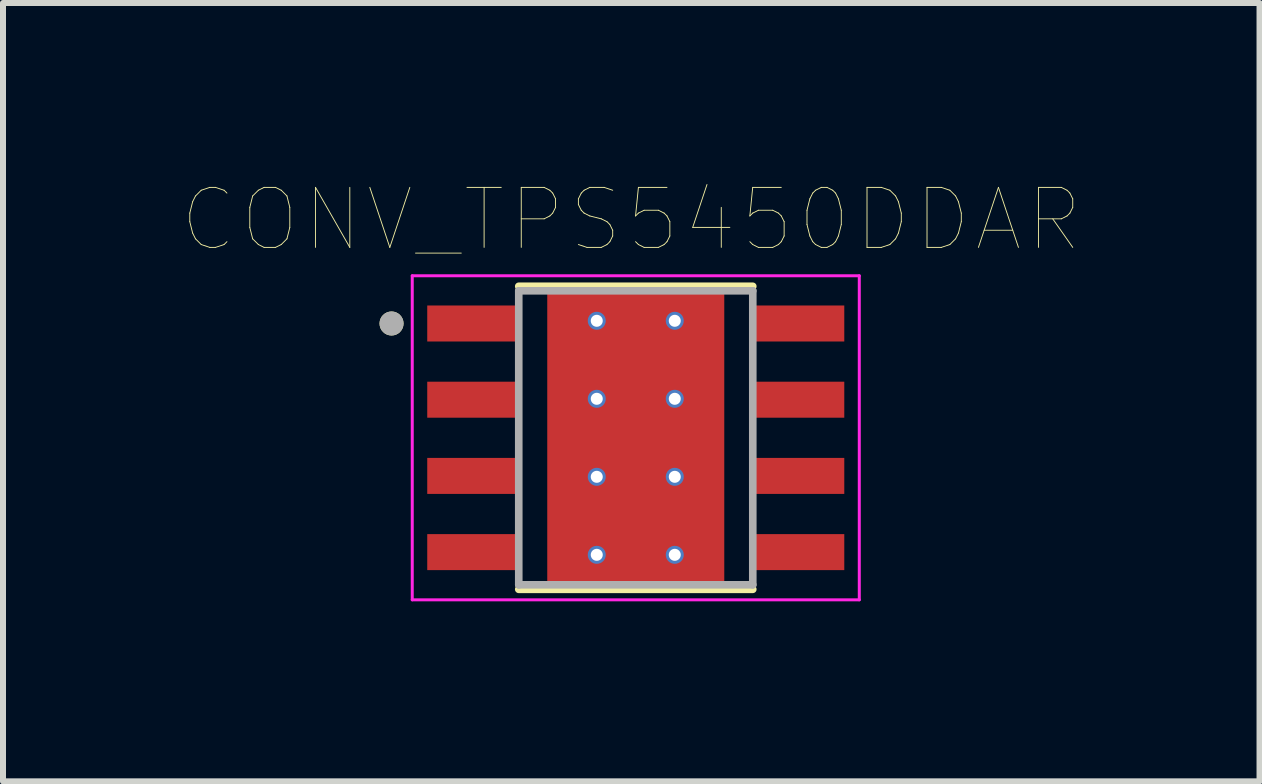
<source format=kicad_pcb>
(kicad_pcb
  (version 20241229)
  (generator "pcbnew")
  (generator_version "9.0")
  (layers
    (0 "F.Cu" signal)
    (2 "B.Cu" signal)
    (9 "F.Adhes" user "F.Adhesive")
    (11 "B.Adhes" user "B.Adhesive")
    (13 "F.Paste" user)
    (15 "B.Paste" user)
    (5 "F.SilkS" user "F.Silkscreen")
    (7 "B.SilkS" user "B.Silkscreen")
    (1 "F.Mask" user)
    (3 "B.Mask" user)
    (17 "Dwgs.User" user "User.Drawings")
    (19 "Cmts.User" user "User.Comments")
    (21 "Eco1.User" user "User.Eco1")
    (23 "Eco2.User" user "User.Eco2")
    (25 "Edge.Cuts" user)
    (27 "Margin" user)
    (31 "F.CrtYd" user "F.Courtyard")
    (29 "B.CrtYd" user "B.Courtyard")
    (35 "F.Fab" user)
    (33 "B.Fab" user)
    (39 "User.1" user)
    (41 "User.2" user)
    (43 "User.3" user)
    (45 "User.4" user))
  (footprint "CONV_TPS5450DDAR"
    (layer "F.Cu")
    (at 7.545 4.246)
    (property "Reference" "CONV_TPS5450DDAR" (at -0.075 -3.635 0) (layer "F.SilkS") (effects (font (size 1 1) (thickness 0.015))))
    (attr through_hole)
    (fp_poly (pts (xy -1.3 -1.55) (xy 1.3 -1.55) (xy 1.3 1.55) (xy -1.3 1.55)) (stroke (width 0.01) (type solid)) (fill yes) (layer "F.Mask"))
    (fp_poly (pts (xy -1.905 -1.535) (xy -3.495 -1.535) (xy -3.498 -1.535) (xy -3.5 -1.535) (xy -3.503 -1.536) (xy -3.505 -1.536) (xy -3.508 -1.537) (xy -3.51 -1.537) (xy -3.513 -1.538) (xy -3.515 -1.539) (xy -3.518 -1.54) (xy -3.52 -1.542) (xy -3.522 -1.543) (xy -3.524 -1.545) (xy -3.526 -1.546) (xy -3.528 -1.548) (xy -3.53 -1.55) (xy -3.532 -1.552) (xy -3.534 -1.554) (xy -3.535 -1.556) (xy -3.537 -1.558) (xy -3.538 -1.56) (xy -3.54 -1.562) (xy -3.541 -1.565) (xy -3.542 -1.567) (xy -3.543 -1.57) (xy -3.543 -1.572) (xy -3.544 -1.575) (xy -3.544 -1.577) (xy -3.545 -1.58) (xy -3.545 -1.582) (xy -3.545 -1.585) (xy -3.545 -2.225) (xy -3.545 -2.228) (xy -3.545 -2.23) (xy -3.544 -2.233) (xy -3.544 -2.235) (xy -3.543 -2.238) (xy -3.543 -2.24) (xy -3.542 -2.243) (xy -3.541 -2.245) (xy -3.54 -2.248) (xy -3.538 -2.25) (xy -3.537 -2.252) (xy -3.535 -2.254) (xy -3.534 -2.256) (xy -3.532 -2.258) (xy -3.53 -2.26) (xy -3.528 -2.262) (xy -3.526 -2.264) (xy -3.524 -2.265) (xy -3.522 -2.267) (xy -3.52 -2.268) (xy -3.518 -2.27) (xy -3.515 -2.271) (xy -3.513 -2.272) (xy -3.51 -2.273) (xy -3.508 -2.273) (xy -3.505 -2.274) (xy -3.503 -2.274) (xy -3.5 -2.275) (xy -3.498 -2.275) (xy -3.495 -2.275) (xy -1.905 -2.275) (xy -1.902 -2.275) (xy -1.9 -2.275) (xy -1.897 -2.274) (xy -1.895 -2.274) (xy -1.892 -2.273) (xy -1.89 -2.273) (xy -1.887 -2.272) (xy -1.885 -2.271) (xy -1.882 -2.27) (xy -1.88 -2.268) (xy -1.878 -2.267) (xy -1.876 -2.265) (xy -1.874 -2.264) (xy -1.872 -2.262) (xy -1.87 -2.26) (xy -1.868 -2.258) (xy -1.866 -2.256) (xy -1.865 -2.254) (xy -1.863 -2.252) (xy -1.862 -2.25) (xy -1.86 -2.248) (xy -1.859 -2.245) (xy -1.858 -2.243) (xy -1.857 -2.24) (xy -1.857 -2.238) (xy -1.856 -2.235) (xy -1.856 -2.233) (xy -1.855 -2.23) (xy -1.855 -2.228) (xy -1.855 -2.225) (xy -1.855 -1.585) (xy -1.855 -1.582) (xy -1.855 -1.58) (xy -1.856 -1.577) (xy -1.856 -1.575) (xy -1.857 -1.572) (xy -1.857 -1.57) (xy -1.858 -1.567) (xy -1.859 -1.565) (xy -1.86 -1.562) (xy -1.862 -1.56) (xy -1.863 -1.558) (xy -1.865 -1.556) (xy -1.866 -1.554) (xy -1.868 -1.552) (xy -1.87 -1.55) (xy -1.872 -1.548) (xy -1.874 -1.546) (xy -1.876 -1.545) (xy -1.878 -1.543) (xy -1.88 -1.542) (xy -1.882 -1.54) (xy -1.885 -1.539) (xy -1.887 -1.538) (xy -1.89 -1.537) (xy -1.892 -1.537) (xy -1.895 -1.536) (xy -1.897 -1.536) (xy -1.9 -1.535) (xy -1.902 -1.535) (xy -1.905 -1.535)) (stroke (width 0.01) (type solid)) (fill yes) (layer "F.Mask"))
    (fp_poly (pts (xy -1.905 -0.265) (xy -3.495 -0.265) (xy -3.498 -0.265) (xy -3.5 -0.265) (xy -3.503 -0.266) (xy -3.505 -0.266) (xy -3.508 -0.267) (xy -3.51 -0.267) (xy -3.513 -0.268) (xy -3.515 -0.269) (xy -3.518 -0.27) (xy -3.52 -0.272) (xy -3.522 -0.273) (xy -3.524 -0.275) (xy -3.526 -0.276) (xy -3.528 -0.278) (xy -3.53 -0.28) (xy -3.532 -0.282) (xy -3.534 -0.284) (xy -3.535 -0.286) (xy -3.537 -0.288) (xy -3.538 -0.29) (xy -3.54 -0.292) (xy -3.541 -0.295) (xy -3.542 -0.297) (xy -3.543 -0.3) (xy -3.543 -0.302) (xy -3.544 -0.305) (xy -3.544 -0.307) (xy -3.545 -0.31) (xy -3.545 -0.312) (xy -3.545 -0.315) (xy -3.545 -0.955) (xy -3.545 -0.958) (xy -3.545 -0.96) (xy -3.544 -0.963) (xy -3.544 -0.965) (xy -3.543 -0.968) (xy -3.543 -0.97) (xy -3.542 -0.973) (xy -3.541 -0.975) (xy -3.54 -0.978) (xy -3.538 -0.98) (xy -3.537 -0.982) (xy -3.535 -0.984) (xy -3.534 -0.986) (xy -3.532 -0.988) (xy -3.53 -0.99) (xy -3.528 -0.992) (xy -3.526 -0.994) (xy -3.524 -0.995) (xy -3.522 -0.997) (xy -3.52 -0.998) (xy -3.518 -1) (xy -3.515 -1.001) (xy -3.513 -1.002) (xy -3.51 -1.003) (xy -3.508 -1.003) (xy -3.505 -1.004) (xy -3.503 -1.004) (xy -3.5 -1.005) (xy -3.498 -1.005) (xy -3.495 -1.005) (xy -1.905 -1.005) (xy -1.902 -1.005) (xy -1.9 -1.005) (xy -1.897 -1.004) (xy -1.895 -1.004) (xy -1.892 -1.003) (xy -1.89 -1.003) (xy -1.887 -1.002) (xy -1.885 -1.001) (xy -1.882 -1) (xy -1.88 -0.998) (xy -1.878 -0.997) (xy -1.876 -0.995) (xy -1.874 -0.994) (xy -1.872 -0.992) (xy -1.87 -0.99) (xy -1.868 -0.988) (xy -1.866 -0.986) (xy -1.865 -0.984) (xy -1.863 -0.982) (xy -1.862 -0.98) (xy -1.86 -0.978) (xy -1.859 -0.975) (xy -1.858 -0.973) (xy -1.857 -0.97) (xy -1.857 -0.968) (xy -1.856 -0.965) (xy -1.856 -0.963) (xy -1.855 -0.96) (xy -1.855 -0.958) (xy -1.855 -0.955) (xy -1.855 -0.315) (xy -1.855 -0.312) (xy -1.855 -0.31) (xy -1.856 -0.307) (xy -1.856 -0.305) (xy -1.857 -0.302) (xy -1.857 -0.3) (xy -1.858 -0.297) (xy -1.859 -0.295) (xy -1.86 -0.292) (xy -1.862 -0.29) (xy -1.863 -0.288) (xy -1.865 -0.286) (xy -1.866 -0.284) (xy -1.868 -0.282) (xy -1.87 -0.28) (xy -1.872 -0.278) (xy -1.874 -0.276) (xy -1.876 -0.275) (xy -1.878 -0.273) (xy -1.88 -0.272) (xy -1.882 -0.27) (xy -1.885 -0.269) (xy -1.887 -0.268) (xy -1.89 -0.267) (xy -1.892 -0.267) (xy -1.895 -0.266) (xy -1.897 -0.266) (xy -1.9 -0.265) (xy -1.902 -0.265) (xy -1.905 -0.265)) (stroke (width 0.01) (type solid)) (fill yes) (layer "F.Mask"))
    (fp_poly (pts (xy -1.905 1.005) (xy -3.495 1.005) (xy -3.498 1.005) (xy -3.5 1.005) (xy -3.503 1.004) (xy -3.505 1.004) (xy -3.508 1.003) (xy -3.51 1.003) (xy -3.513 1.002) (xy -3.515 1.001) (xy -3.518 1) (xy -3.52 0.998) (xy -3.522 0.997) (xy -3.524 0.995) (xy -3.526 0.994) (xy -3.528 0.992) (xy -3.53 0.99) (xy -3.532 0.988) (xy -3.534 0.986) (xy -3.535 0.984) (xy -3.537 0.982) (xy -3.538 0.98) (xy -3.54 0.978) (xy -3.541 0.975) (xy -3.542 0.973) (xy -3.543 0.97) (xy -3.543 0.968) (xy -3.544 0.965) (xy -3.544 0.963) (xy -3.545 0.96) (xy -3.545 0.958) (xy -3.545 0.955) (xy -3.545 0.315) (xy -3.545 0.312) (xy -3.545 0.31) (xy -3.544 0.307) (xy -3.544 0.305) (xy -3.543 0.302) (xy -3.543 0.3) (xy -3.542 0.297) (xy -3.541 0.295) (xy -3.54 0.292) (xy -3.538 0.29) (xy -3.537 0.288) (xy -3.535 0.286) (xy -3.534 0.284) (xy -3.532 0.282) (xy -3.53 0.28) (xy -3.528 0.278) (xy -3.526 0.276) (xy -3.524 0.275) (xy -3.522 0.273) (xy -3.52 0.272) (xy -3.518 0.27) (xy -3.515 0.269) (xy -3.513 0.268) (xy -3.51 0.267) (xy -3.508 0.267) (xy -3.505 0.266) (xy -3.503 0.266) (xy -3.5 0.265) (xy -3.498 0.265) (xy -3.495 0.265) (xy -1.905 0.265) (xy -1.902 0.265) (xy -1.9 0.265) (xy -1.897 0.266) (xy -1.895 0.266) (xy -1.892 0.267) (xy -1.89 0.267) (xy -1.887 0.268) (xy -1.885 0.269) (xy -1.882 0.27) (xy -1.88 0.272) (xy -1.878 0.273) (xy -1.876 0.275) (xy -1.874 0.276) (xy -1.872 0.278) (xy -1.87 0.28) (xy -1.868 0.282) (xy -1.866 0.284) (xy -1.865 0.286) (xy -1.863 0.288) (xy -1.862 0.29) (xy -1.86 0.292) (xy -1.859 0.295) (xy -1.858 0.297) (xy -1.857 0.3) (xy -1.857 0.302) (xy -1.856 0.305) (xy -1.856 0.307) (xy -1.855 0.31) (xy -1.855 0.312) (xy -1.855 0.315) (xy -1.855 0.955) (xy -1.855 0.958) (xy -1.855 0.96) (xy -1.856 0.963) (xy -1.856 0.965) (xy -1.857 0.968) (xy -1.857 0.97) (xy -1.858 0.973) (xy -1.859 0.975) (xy -1.86 0.978) (xy -1.862 0.98) (xy -1.863 0.982) (xy -1.865 0.984) (xy -1.866 0.986) (xy -1.868 0.988) (xy -1.87 0.99) (xy -1.872 0.992) (xy -1.874 0.994) (xy -1.876 0.995) (xy -1.878 0.997) (xy -1.88 0.998) (xy -1.882 1) (xy -1.885 1.001) (xy -1.887 1.002) (xy -1.89 1.003) (xy -1.892 1.003) (xy -1.895 1.004) (xy -1.897 1.004) (xy -1.9 1.005) (xy -1.902 1.005) (xy -1.905 1.005)) (stroke (width 0.01) (type solid)) (fill yes) (layer "F.Mask"))
    (fp_poly (pts (xy -1.905 2.275) (xy -3.495 2.275) (xy -3.498 2.275) (xy -3.5 2.275) (xy -3.503 2.274) (xy -3.505 2.274) (xy -3.508 2.273) (xy -3.51 2.273) (xy -3.513 2.272) (xy -3.515 2.271) (xy -3.518 2.27) (xy -3.52 2.268) (xy -3.522 2.267) (xy -3.524 2.265) (xy -3.526 2.264) (xy -3.528 2.262) (xy -3.53 2.26) (xy -3.532 2.258) (xy -3.534 2.256) (xy -3.535 2.254) (xy -3.537 2.252) (xy -3.538 2.25) (xy -3.54 2.248) (xy -3.541 2.245) (xy -3.542 2.243) (xy -3.543 2.24) (xy -3.543 2.238) (xy -3.544 2.235) (xy -3.544 2.233) (xy -3.545 2.23) (xy -3.545 2.228) (xy -3.545 2.225) (xy -3.545 1.585) (xy -3.545 1.582) (xy -3.545 1.58) (xy -3.544 1.577) (xy -3.544 1.575) (xy -3.543 1.572) (xy -3.543 1.57) (xy -3.542 1.567) (xy -3.541 1.565) (xy -3.54 1.562) (xy -3.538 1.56) (xy -3.537 1.558) (xy -3.535 1.556) (xy -3.534 1.554) (xy -3.532 1.552) (xy -3.53 1.55) (xy -3.528 1.548) (xy -3.526 1.546) (xy -3.524 1.545) (xy -3.522 1.543) (xy -3.52 1.542) (xy -3.518 1.54) (xy -3.515 1.539) (xy -3.513 1.538) (xy -3.51 1.537) (xy -3.508 1.537) (xy -3.505 1.536) (xy -3.503 1.536) (xy -3.5 1.535) (xy -3.498 1.535) (xy -3.495 1.535) (xy -1.905 1.535) (xy -1.902 1.535) (xy -1.9 1.535) (xy -1.897 1.536) (xy -1.895 1.536) (xy -1.892 1.537) (xy -1.89 1.537) (xy -1.887 1.538) (xy -1.885 1.539) (xy -1.882 1.54) (xy -1.88 1.542) (xy -1.878 1.543) (xy -1.876 1.545) (xy -1.874 1.546) (xy -1.872 1.548) (xy -1.87 1.55) (xy -1.868 1.552) (xy -1.866 1.554) (xy -1.865 1.556) (xy -1.863 1.558) (xy -1.862 1.56) (xy -1.86 1.562) (xy -1.859 1.565) (xy -1.858 1.567) (xy -1.857 1.57) (xy -1.857 1.572) (xy -1.856 1.575) (xy -1.856 1.577) (xy -1.855 1.58) (xy -1.855 1.582) (xy -1.855 1.585) (xy -1.855 2.225) (xy -1.855 2.228) (xy -1.855 2.23) (xy -1.856 2.233) (xy -1.856 2.235) (xy -1.857 2.238) (xy -1.857 2.24) (xy -1.858 2.243) (xy -1.859 2.245) (xy -1.86 2.248) (xy -1.862 2.25) (xy -1.863 2.252) (xy -1.865 2.254) (xy -1.866 2.256) (xy -1.868 2.258) (xy -1.87 2.26) (xy -1.872 2.262) (xy -1.874 2.264) (xy -1.876 2.265) (xy -1.878 2.267) (xy -1.88 2.268) (xy -1.882 2.27) (xy -1.885 2.271) (xy -1.887 2.272) (xy -1.89 2.273) (xy -1.892 2.273) (xy -1.895 2.274) (xy -1.897 2.274) (xy -1.9 2.275) (xy -1.902 2.275) (xy -1.905 2.275)) (stroke (width 0.01) (type solid)) (fill yes) (layer "F.Mask"))
    (fp_poly (pts (xy 3.495 -1.535) (xy 1.905 -1.535) (xy 1.902 -1.535) (xy 1.9 -1.535) (xy 1.897 -1.536) (xy 1.895 -1.536) (xy 1.892 -1.537) (xy 1.89 -1.537) (xy 1.887 -1.538) (xy 1.885 -1.539) (xy 1.882 -1.54) (xy 1.88 -1.542) (xy 1.878 -1.543) (xy 1.876 -1.545) (xy 1.874 -1.546) (xy 1.872 -1.548) (xy 1.87 -1.55) (xy 1.868 -1.552) (xy 1.866 -1.554) (xy 1.865 -1.556) (xy 1.863 -1.558) (xy 1.862 -1.56) (xy 1.86 -1.562) (xy 1.859 -1.565) (xy 1.858 -1.567) (xy 1.857 -1.57) (xy 1.857 -1.572) (xy 1.856 -1.575) (xy 1.856 -1.577) (xy 1.855 -1.58) (xy 1.855 -1.582) (xy 1.855 -1.585) (xy 1.855 -2.225) (xy 1.855 -2.228) (xy 1.855 -2.23) (xy 1.856 -2.233) (xy 1.856 -2.235) (xy 1.857 -2.238) (xy 1.857 -2.24) (xy 1.858 -2.243) (xy 1.859 -2.245) (xy 1.86 -2.248) (xy 1.862 -2.25) (xy 1.863 -2.252) (xy 1.865 -2.254) (xy 1.866 -2.256) (xy 1.868 -2.258) (xy 1.87 -2.26) (xy 1.872 -2.262) (xy 1.874 -2.264) (xy 1.876 -2.265) (xy 1.878 -2.267) (xy 1.88 -2.268) (xy 1.882 -2.27) (xy 1.885 -2.271) (xy 1.887 -2.272) (xy 1.89 -2.273) (xy 1.892 -2.273) (xy 1.895 -2.274) (xy 1.897 -2.274) (xy 1.9 -2.275) (xy 1.902 -2.275) (xy 1.905 -2.275) (xy 3.495 -2.275) (xy 3.498 -2.275) (xy 3.5 -2.275) (xy 3.503 -2.274) (xy 3.505 -2.274) (xy 3.508 -2.273) (xy 3.51 -2.273) (xy 3.513 -2.272) (xy 3.515 -2.271) (xy 3.518 -2.27) (xy 3.52 -2.268) (xy 3.522 -2.267) (xy 3.524 -2.265) (xy 3.526 -2.264) (xy 3.528 -2.262) (xy 3.53 -2.26) (xy 3.532 -2.258) (xy 3.534 -2.256) (xy 3.535 -2.254) (xy 3.537 -2.252) (xy 3.538 -2.25) (xy 3.54 -2.248) (xy 3.541 -2.245) (xy 3.542 -2.243) (xy 3.543 -2.24) (xy 3.543 -2.238) (xy 3.544 -2.235) (xy 3.544 -2.233) (xy 3.545 -2.23) (xy 3.545 -2.228) (xy 3.545 -2.225) (xy 3.545 -1.585) (xy 3.545 -1.582) (xy 3.545 -1.58) (xy 3.544 -1.577) (xy 3.544 -1.575) (xy 3.543 -1.572) (xy 3.543 -1.57) (xy 3.542 -1.567) (xy 3.541 -1.565) (xy 3.54 -1.562) (xy 3.538 -1.56) (xy 3.537 -1.558) (xy 3.535 -1.556) (xy 3.534 -1.554) (xy 3.532 -1.552) (xy 3.53 -1.55) (xy 3.528 -1.548) (xy 3.526 -1.546) (xy 3.524 -1.545) (xy 3.522 -1.543) (xy 3.52 -1.542) (xy 3.518 -1.54) (xy 3.515 -1.539) (xy 3.513 -1.538) (xy 3.51 -1.537) (xy 3.508 -1.537) (xy 3.505 -1.536) (xy 3.503 -1.536) (xy 3.5 -1.535) (xy 3.498 -1.535) (xy 3.495 -1.535)) (stroke (width 0.01) (type solid)) (fill yes) (layer "F.Mask"))
    (fp_poly (pts (xy 3.495 -0.265) (xy 1.905 -0.265) (xy 1.902 -0.265) (xy 1.9 -0.265) (xy 1.897 -0.266) (xy 1.895 -0.266) (xy 1.892 -0.267) (xy 1.89 -0.267) (xy 1.887 -0.268) (xy 1.885 -0.269) (xy 1.882 -0.27) (xy 1.88 -0.272) (xy 1.878 -0.273) (xy 1.876 -0.275) (xy 1.874 -0.276) (xy 1.872 -0.278) (xy 1.87 -0.28) (xy 1.868 -0.282) (xy 1.866 -0.284) (xy 1.865 -0.286) (xy 1.863 -0.288) (xy 1.862 -0.29) (xy 1.86 -0.292) (xy 1.859 -0.295) (xy 1.858 -0.297) (xy 1.857 -0.3) (xy 1.857 -0.302) (xy 1.856 -0.305) (xy 1.856 -0.307) (xy 1.855 -0.31) (xy 1.855 -0.312) (xy 1.855 -0.315) (xy 1.855 -0.955) (xy 1.855 -0.958) (xy 1.855 -0.96) (xy 1.856 -0.963) (xy 1.856 -0.965) (xy 1.857 -0.968) (xy 1.857 -0.97) (xy 1.858 -0.973) (xy 1.859 -0.975) (xy 1.86 -0.978) (xy 1.862 -0.98) (xy 1.863 -0.982) (xy 1.865 -0.984) (xy 1.866 -0.986) (xy 1.868 -0.988) (xy 1.87 -0.99) (xy 1.872 -0.992) (xy 1.874 -0.994) (xy 1.876 -0.995) (xy 1.878 -0.997) (xy 1.88 -0.998) (xy 1.882 -1) (xy 1.885 -1.001) (xy 1.887 -1.002) (xy 1.89 -1.003) (xy 1.892 -1.003) (xy 1.895 -1.004) (xy 1.897 -1.004) (xy 1.9 -1.005) (xy 1.902 -1.005) (xy 1.905 -1.005) (xy 3.495 -1.005) (xy 3.498 -1.005) (xy 3.5 -1.005) (xy 3.503 -1.004) (xy 3.505 -1.004) (xy 3.508 -1.003) (xy 3.51 -1.003) (xy 3.513 -1.002) (xy 3.515 -1.001) (xy 3.518 -1) (xy 3.52 -0.998) (xy 3.522 -0.997) (xy 3.524 -0.995) (xy 3.526 -0.994) (xy 3.528 -0.992) (xy 3.53 -0.99) (xy 3.532 -0.988) (xy 3.534 -0.986) (xy 3.535 -0.984) (xy 3.537 -0.982) (xy 3.538 -0.98) (xy 3.54 -0.978) (xy 3.541 -0.975) (xy 3.542 -0.973) (xy 3.543 -0.97) (xy 3.543 -0.968) (xy 3.544 -0.965) (xy 3.544 -0.963) (xy 3.545 -0.96) (xy 3.545 -0.958) (xy 3.545 -0.955) (xy 3.545 -0.315) (xy 3.545 -0.312) (xy 3.545 -0.31) (xy 3.544 -0.307) (xy 3.544 -0.305) (xy 3.543 -0.302) (xy 3.543 -0.3) (xy 3.542 -0.297) (xy 3.541 -0.295) (xy 3.54 -0.292) (xy 3.538 -0.29) (xy 3.537 -0.288) (xy 3.535 -0.286) (xy 3.534 -0.284) (xy 3.532 -0.282) (xy 3.53 -0.28) (xy 3.528 -0.278) (xy 3.526 -0.276) (xy 3.524 -0.275) (xy 3.522 -0.273) (xy 3.52 -0.272) (xy 3.518 -0.27) (xy 3.515 -0.269) (xy 3.513 -0.268) (xy 3.51 -0.267) (xy 3.508 -0.267) (xy 3.505 -0.266) (xy 3.503 -0.266) (xy 3.5 -0.265) (xy 3.498 -0.265) (xy 3.495 -0.265)) (stroke (width 0.01) (type solid)) (fill yes) (layer "F.Mask"))
    (fp_poly (pts (xy 3.495 1.005) (xy 1.905 1.005) (xy 1.902 1.005) (xy 1.9 1.005) (xy 1.897 1.004) (xy 1.895 1.004) (xy 1.892 1.003) (xy 1.89 1.003) (xy 1.887 1.002) (xy 1.885 1.001) (xy 1.882 1) (xy 1.88 0.998) (xy 1.878 0.997) (xy 1.876 0.995) (xy 1.874 0.994) (xy 1.872 0.992) (xy 1.87 0.99) (xy 1.868 0.988) (xy 1.866 0.986) (xy 1.865 0.984) (xy 1.863 0.982) (xy 1.862 0.98) (xy 1.86 0.978) (xy 1.859 0.975) (xy 1.858 0.973) (xy 1.857 0.97) (xy 1.857 0.968) (xy 1.856 0.965) (xy 1.856 0.963) (xy 1.855 0.96) (xy 1.855 0.958) (xy 1.855 0.955) (xy 1.855 0.315) (xy 1.855 0.312) (xy 1.855 0.31) (xy 1.856 0.307) (xy 1.856 0.305) (xy 1.857 0.302) (xy 1.857 0.3) (xy 1.858 0.297) (xy 1.859 0.295) (xy 1.86 0.292) (xy 1.862 0.29) (xy 1.863 0.288) (xy 1.865 0.286) (xy 1.866 0.284) (xy 1.868 0.282) (xy 1.87 0.28) (xy 1.872 0.278) (xy 1.874 0.276) (xy 1.876 0.275) (xy 1.878 0.273) (xy 1.88 0.272) (xy 1.882 0.27) (xy 1.885 0.269) (xy 1.887 0.268) (xy 1.89 0.267) (xy 1.892 0.267) (xy 1.895 0.266) (xy 1.897 0.266) (xy 1.9 0.265) (xy 1.902 0.265) (xy 1.905 0.265) (xy 3.495 0.265) (xy 3.498 0.265) (xy 3.5 0.265) (xy 3.503 0.266) (xy 3.505 0.266) (xy 3.508 0.267) (xy 3.51 0.267) (xy 3.513 0.268) (xy 3.515 0.269) (xy 3.518 0.27) (xy 3.52 0.272) (xy 3.522 0.273) (xy 3.524 0.275) (xy 3.526 0.276) (xy 3.528 0.278) (xy 3.53 0.28) (xy 3.532 0.282) (xy 3.534 0.284) (xy 3.535 0.286) (xy 3.537 0.288) (xy 3.538 0.29) (xy 3.54 0.292) (xy 3.541 0.295) (xy 3.542 0.297) (xy 3.543 0.3) (xy 3.543 0.302) (xy 3.544 0.305) (xy 3.544 0.307) (xy 3.545 0.31) (xy 3.545 0.312) (xy 3.545 0.315) (xy 3.545 0.955) (xy 3.545 0.958) (xy 3.545 0.96) (xy 3.544 0.963) (xy 3.544 0.965) (xy 3.543 0.968) (xy 3.543 0.97) (xy 3.542 0.973) (xy 3.541 0.975) (xy 3.54 0.978) (xy 3.538 0.98) (xy 3.537 0.982) (xy 3.535 0.984) (xy 3.534 0.986) (xy 3.532 0.988) (xy 3.53 0.99) (xy 3.528 0.992) (xy 3.526 0.994) (xy 3.524 0.995) (xy 3.522 0.997) (xy 3.52 0.998) (xy 3.518 1) (xy 3.515 1.001) (xy 3.513 1.002) (xy 3.51 1.003) (xy 3.508 1.003) (xy 3.505 1.004) (xy 3.503 1.004) (xy 3.5 1.005) (xy 3.498 1.005) (xy 3.495 1.005)) (stroke (width 0.01) (type solid)) (fill yes) (layer "F.Mask"))
    (fp_poly (pts (xy 3.495 2.275) (xy 1.905 2.275) (xy 1.902 2.275) (xy 1.9 2.275) (xy 1.897 2.274) (xy 1.895 2.274) (xy 1.892 2.273) (xy 1.89 2.273) (xy 1.887 2.272) (xy 1.885 2.271) (xy 1.882 2.27) (xy 1.88 2.268) (xy 1.878 2.267) (xy 1.876 2.265) (xy 1.874 2.264) (xy 1.872 2.262) (xy 1.87 2.26) (xy 1.868 2.258) (xy 1.866 2.256) (xy 1.865 2.254) (xy 1.863 2.252) (xy 1.862 2.25) (xy 1.86 2.248) (xy 1.859 2.245) (xy 1.858 2.243) (xy 1.857 2.24) (xy 1.857 2.238) (xy 1.856 2.235) (xy 1.856 2.233) (xy 1.855 2.23) (xy 1.855 2.228) (xy 1.855 2.225) (xy 1.855 1.585) (xy 1.855 1.582) (xy 1.855 1.58) (xy 1.856 1.577) (xy 1.856 1.575) (xy 1.857 1.572) (xy 1.857 1.57) (xy 1.858 1.567) (xy 1.859 1.565) (xy 1.86 1.562) (xy 1.862 1.56) (xy 1.863 1.558) (xy 1.865 1.556) (xy 1.866 1.554) (xy 1.868 1.552) (xy 1.87 1.55) (xy 1.872 1.548) (xy 1.874 1.546) (xy 1.876 1.545) (xy 1.878 1.543) (xy 1.88 1.542) (xy 1.882 1.54) (xy 1.885 1.539) (xy 1.887 1.538) (xy 1.89 1.537) (xy 1.892 1.537) (xy 1.895 1.536) (xy 1.897 1.536) (xy 1.9 1.535) (xy 1.902 1.535) (xy 1.905 1.535) (xy 3.495 1.535) (xy 3.498 1.535) (xy 3.5 1.535) (xy 3.503 1.536) (xy 3.505 1.536) (xy 3.508 1.537) (xy 3.51 1.537) (xy 3.513 1.538) (xy 3.515 1.539) (xy 3.518 1.54) (xy 3.52 1.542) (xy 3.522 1.543) (xy 3.524 1.545) (xy 3.526 1.546) (xy 3.528 1.548) (xy 3.53 1.55) (xy 3.532 1.552) (xy 3.534 1.554) (xy 3.535 1.556) (xy 3.537 1.558) (xy 3.538 1.56) (xy 3.54 1.562) (xy 3.541 1.565) (xy 3.542 1.567) (xy 3.543 1.57) (xy 3.543 1.572) (xy 3.544 1.575) (xy 3.544 1.577) (xy 3.545 1.58) (xy 3.545 1.582) (xy 3.545 1.585) (xy 3.545 2.225) (xy 3.545 2.228) (xy 3.545 2.23) (xy 3.544 2.233) (xy 3.544 2.235) (xy 3.543 2.238) (xy 3.543 2.24) (xy 3.542 2.243) (xy 3.541 2.245) (xy 3.54 2.248) (xy 3.538 2.25) (xy 3.537 2.252) (xy 3.535 2.254) (xy 3.534 2.256) (xy 3.532 2.258) (xy 3.53 2.26) (xy 3.528 2.262) (xy 3.526 2.264) (xy 3.524 2.265) (xy 3.522 2.267) (xy 3.52 2.268) (xy 3.518 2.27) (xy 3.515 2.271) (xy 3.513 2.272) (xy 3.51 2.273) (xy 3.508 2.273) (xy 3.505 2.274) (xy 3.503 2.274) (xy 3.5 2.275) (xy 3.498 2.275) (xy 3.495 2.275)) (stroke (width 0.01) (type solid)) (fill yes) (layer "F.Mask"))
    (fp_line (start -1.95 -2.525) (end 1.95 -2.525) (stroke (width 0.127) (type solid)) (layer "F.SilkS"))
    (fp_line (start -1.95 2.525) (end 1.95 2.525) (stroke (width 0.127) (type solid)) (layer "F.SilkS"))
    (fp_circle (center -4.07 -1.905) (end -3.97 -1.905) (stroke (width 0.2) (type solid)) (fill no) (layer "F.SilkS"))
    (fp_poly (pts (xy -1.3 -1.55) (xy 1.3 -1.55) (xy 1.3 1.55) (xy -1.3 1.55)) (stroke (width 0.01) (type solid)) (fill yes) (layer "F.Paste"))
    (fp_line (start -3.725 -2.7) (end -3.725 2.7) (stroke (width 0.05) (type solid)) (layer "F.CrtYd"))
    (fp_line (start -3.725 -2.7) (end 3.725 -2.7) (stroke (width 0.05) (type solid)) (layer "F.CrtYd"))
    (fp_line (start -3.725 2.7) (end 3.725 2.7) (stroke (width 0.05) (type solid)) (layer "F.CrtYd"))
    (fp_line (start 3.725 -2.7) (end 3.725 2.7) (stroke (width 0.05) (type solid)) (layer "F.CrtYd"))
    (fp_line (start -1.95 -2.45) (end -1.95 2.45) (stroke (width 0.127) (type solid)) (layer "F.Fab"))
    (fp_line (start -1.95 -2.45) (end 1.95 -2.45) (stroke (width 0.127) (type solid)) (layer "F.Fab"))
    (fp_line (start -1.95 2.45) (end 1.95 2.45) (stroke (width 0.127) (type solid)) (layer "F.Fab"))
    (fp_line (start 1.95 -2.45) (end 1.95 2.45) (stroke (width 0.127) (type solid)) (layer "F.Fab"))
    (fp_circle (center -4.07 -1.905) (end -3.97 -1.905) (stroke (width 0.2) (type solid)) (fill no) (layer "F.Fab"))
    (pad "1" smd rect (at -2.7 -1.905) (size 1.55 0.6) (layers "F.Cu" "F.Paste"))
    (pad "2" smd rect (at -2.7 -0.635) (size 1.55 0.6) (layers "F.Cu" "F.Paste"))
    (pad "3" smd rect (at -2.7 0.635) (size 1.55 0.6) (layers "F.Cu" "F.Paste"))
    (pad "4" smd rect (at -2.7 1.905) (size 1.55 0.6) (layers "F.Cu" "F.Paste"))
    (pad "5" smd rect (at 2.7 1.905) (size 1.55 0.6) (layers "F.Cu" "F.Paste"))
    (pad "6" smd rect (at 2.7 0.635) (size 1.55 0.6) (layers "F.Cu" "F.Paste"))
    (pad "7" smd rect (at 2.7 -0.635) (size 1.55 0.6) (layers "F.Cu" "F.Paste"))
    (pad "8" smd rect (at 2.7 -1.905) (size 1.55 0.6) (layers "F.Cu" "F.Paste"))
    (pad "9" smd rect (at 0 0) (size 2.95 4.9) (layers "F.Cu"))
    (pad "10" thru_hole circle (at -0.65 -1.95) (size 0.3 0.3) (drill 0.2) (layers "*.Cu"))
    (pad "11" thru_hole circle (at 0.65 -1.95) (size 0.3 0.3) (drill 0.2) (layers "*.Cu"))
    (pad "12" thru_hole circle (at -0.65 -0.65) (size 0.3 0.3) (drill 0.2) (layers "*.Cu"))
    (pad "13" thru_hole circle (at 0.65 -0.65) (size 0.3 0.3) (drill 0.2) (layers "*.Cu"))
    (pad "14" thru_hole circle (at -0.65 0.65) (size 0.3 0.3) (drill 0.2) (layers "*.Cu"))
    (pad "15" thru_hole circle (at 0.65 0.65) (size 0.3 0.3) (drill 0.2) (layers "*.Cu"))
    (pad "16" thru_hole circle (at -0.65 1.95) (size 0.3 0.3) (drill 0.2) (layers "*.Cu"))
    (pad "17" thru_hole circle (at 0.65 1.95) (size 0.3 0.3) (drill 0.2) (layers "*.Cu")))
  (gr_rect
    (start -3 -3)
    (end 17.94 9.971)
    (stroke (width 0.1) (type default))
    (fill no)
    (layer "Edge.Cuts")))
</source>
